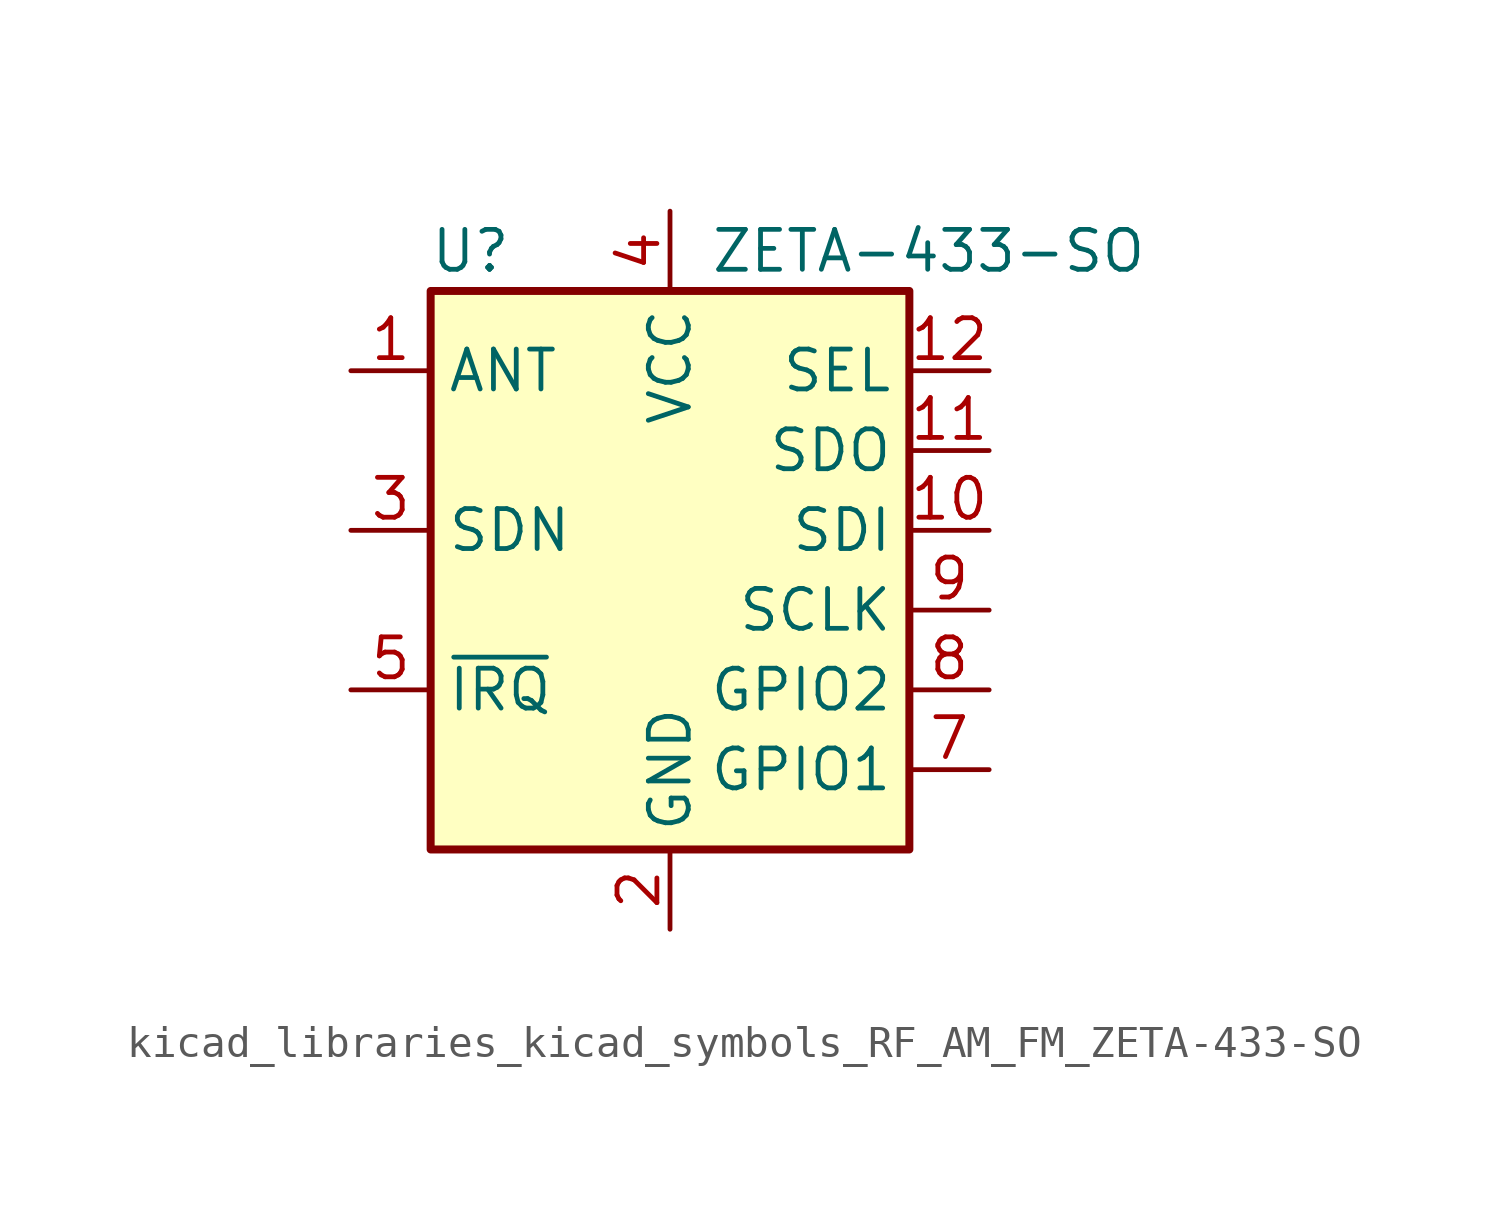
<source format=kicad_sym>
(kicad_symbol_lib
  (version 20220914)
  (generator kicad_symbol_editor)
  (symbol "kicad_libraries_kicad_symbols_RF_AM_FM_ZETA-433-SO"
    (property "Reference" "U"
      (at -6.35 8.89 0)
      (effects (font (size 1.27 1.27))))
    (property "Value" "ZETA-433-SO"
      (at 1.27 8.89 0)
      (effects (font (size 1.27 1.27)) (justify left)))
    (symbol "kicad_libraries_kicad_symbols_RF_AM_FM_ZETA-433-SO_0_1"
      (rectangle (start 7.62 -10.16) (end -7.62 7.62) (stroke (width 0.254) (type default)) (fill (type background))))
    (symbol "kicad_libraries_kicad_symbols_RF_AM_FM_ZETA-433-SO_1_1"
      (pin bidirectional line (at -10.16 5.08 0) (length 2.54) (name "ANT" (effects (font (size 1.27 1.27)))) (number "1" (effects (font (size 1.27 1.27)))))
      (pin input line (at 10.16 0 180) (length 2.54) (name "SDI" (effects (font (size 1.27 1.27)))) (number "10" (effects (font (size 1.27 1.27)))))
      (pin output line (at 10.16 2.54 180) (length 2.54) (name "SDO" (effects (font (size 1.27 1.27)))) (number "11" (effects (font (size 1.27 1.27)))))
      (pin input line (at 10.16 5.08 180) (length 2.54) (name "SEL" (effects (font (size 1.27 1.27)))) (number "12" (effects (font (size 1.27 1.27)))))
      (pin power_in line (at 0 -12.7 90) (length 2.54) (name "GND" (effects (font (size 1.27 1.27)))) (number "2" (effects (font (size 1.27 1.27)))))
      (pin input line (at -10.16 0 0) (length 2.54) (name "SDN" (effects (font (size 1.27 1.27)))) (number "3" (effects (font (size 1.27 1.27)))))
      (pin power_in line (at 0 10.16 270) (length 2.54) (name "VCC" (effects (font (size 1.27 1.27)))) (number "4" (effects (font (size 1.27 1.27)))))
      (pin output line (at -10.16 -5.08 0) (length 2.54) (name "~{IRQ}" (effects (font (size 1.27 1.27)))) (number "5" (effects (font (size 1.27 1.27)))))
      (pin no_connect line (at -7.62 -7.62 0) (length 2.54) hide (name "NC" (effects (font (size 1.27 1.27)))) (number "6" (effects (font (size 1.27 1.27)))))
      (pin bidirectional line (at 10.16 -7.62 180) (length 2.54) (name "GPIO1" (effects (font (size 1.27 1.27)))) (number "7" (effects (font (size 1.27 1.27)))))
      (pin bidirectional line (at 10.16 -5.08 180) (length 2.54) (name "GPIO2" (effects (font (size 1.27 1.27)))) (number "8" (effects (font (size 1.27 1.27)))))
      (pin input line (at 10.16 -2.54 180) (length 2.54) (name "SCLK" (effects (font (size 1.27 1.27)))) (number "9" (effects (font (size 1.27 1.27))))))))
</source>
